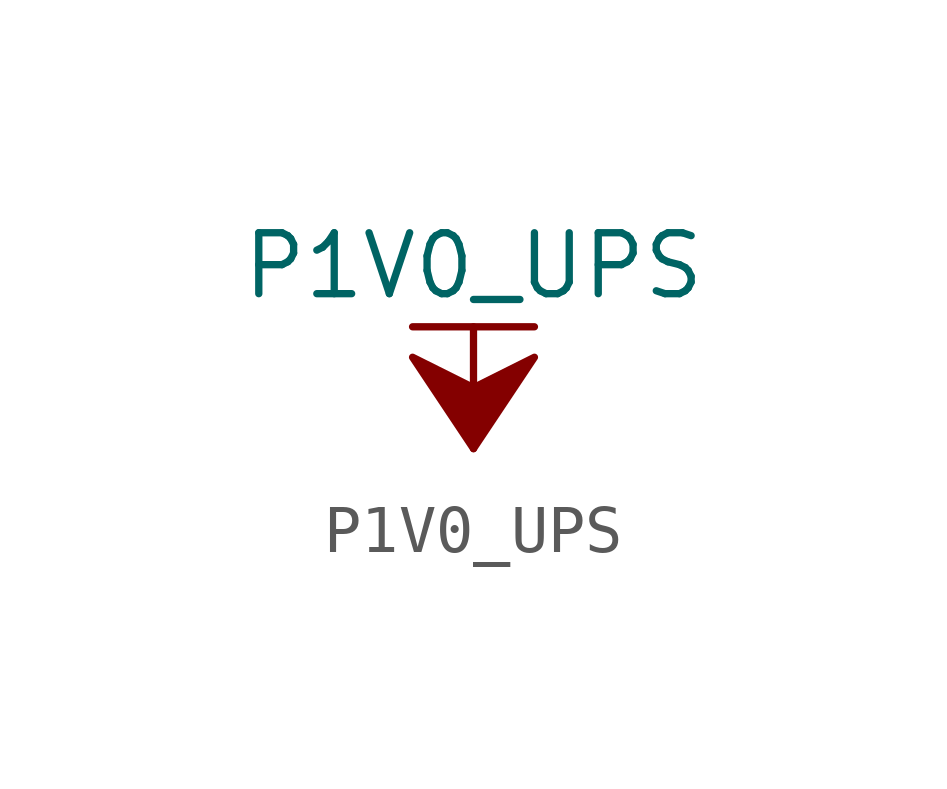
<source format=kicad_sym>
(kicad_symbol_lib
  (version 20211014)
  (generator kicad_symbol_editor)
  (symbol "P1V0_UPS"
    (power)
    (pin_names
      (offset 0))
    (property "Reference" "#PWR"
      (at 0 -3.81 0)
      (effects (font (size 1.27 1.27)) hide))
    (property "Value" "P1V0_UPS"
      (at 0 3.81 0)
      (effects (font (size 1.27 1.27))))
    (symbol "P1V0_UPS_0_1"
      (polyline (pts (xy -1.27 2.54) (xy 1.27 2.54)) (stroke (width 0.152) (type default) (color 0 0 0 0)) (fill (type none)))
      (polyline (pts (xy 0 0) (xy 0 2.54)) (stroke (width 0.152) (type default) (color 0 0 0 0)) (fill (type none)))
      (polyline (pts (xy 0 0) (xy 1.27 1.905) (xy 0 1.27) (xy -1.27 1.905) (xy 0 0)) (stroke (width 0.152) (type default) (color 0 0 0 0)) (fill (type outline))))
    (symbol "P1V0_UPS_1_1"
      (pin power_in line (at 0 0 90) (length 0) hide (name "P1V0_UPS" (effects (font (size 1.27 1.27)))) (number "1" (effects (font (size 1.27 1.27))))))))
</source>
